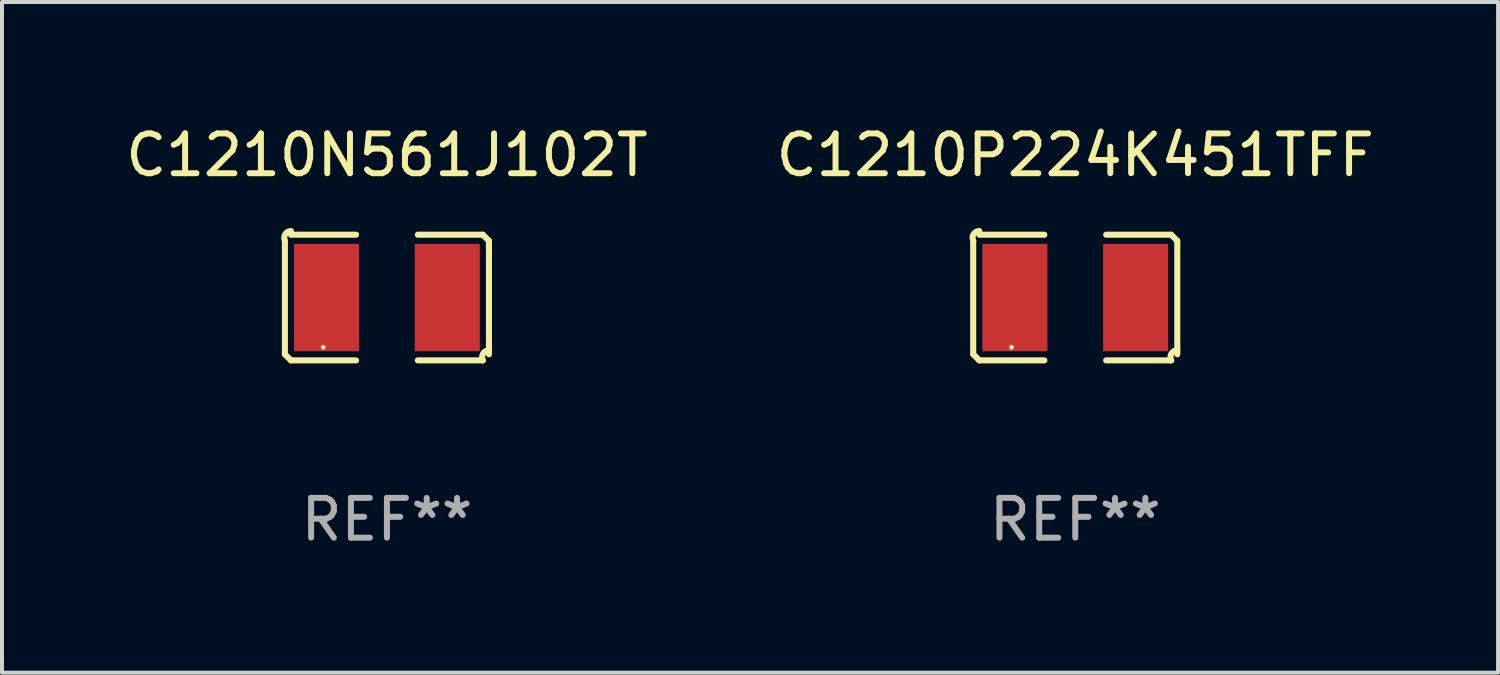
<source format=kicad_pcb>
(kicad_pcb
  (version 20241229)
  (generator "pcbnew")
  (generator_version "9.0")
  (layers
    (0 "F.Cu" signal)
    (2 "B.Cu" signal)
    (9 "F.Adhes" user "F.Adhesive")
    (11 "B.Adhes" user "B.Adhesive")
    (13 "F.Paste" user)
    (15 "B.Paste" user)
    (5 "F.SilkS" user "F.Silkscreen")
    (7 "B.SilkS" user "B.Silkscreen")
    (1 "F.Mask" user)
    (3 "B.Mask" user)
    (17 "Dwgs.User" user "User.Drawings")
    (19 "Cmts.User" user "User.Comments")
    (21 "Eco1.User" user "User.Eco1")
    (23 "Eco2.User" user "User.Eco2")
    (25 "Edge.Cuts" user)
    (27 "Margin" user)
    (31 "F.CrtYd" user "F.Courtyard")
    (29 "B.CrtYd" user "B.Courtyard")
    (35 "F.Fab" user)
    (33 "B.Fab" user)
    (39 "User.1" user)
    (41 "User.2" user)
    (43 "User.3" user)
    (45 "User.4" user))
  (footprint "C1210N561J102T"
    (layer "F.Cu")
    (at 6.673 4.427)
    (property "Reference" "C1210N561J102T" (at 0 -3.579 0) (layer "F.SilkS") (effects (font (size 1 1) (thickness 0.15))))
    (attr through_hole)
    (fp_line (start -2.564 1.426) (end -2.564 -1.426) (stroke (width 0.152) (type solid)) (layer "F.SilkS"))
    (fp_line (start -2.411 -1.579) (end -0.776 -1.579) (stroke (width 0.152) (type solid)) (layer "F.SilkS"))
    (fp_line (start -0.776 1.579) (end -2.411 1.579) (stroke (width 0.152) (type solid)) (layer "F.SilkS"))
    (fp_line (start 0.776 1.579) (end 2.411 1.579) (stroke (width 0.152) (type solid)) (layer "F.SilkS"))
    (fp_line (start 2.411 -1.579) (end 0.776 -1.579) (stroke (width 0.152) (type solid)) (layer "F.SilkS"))
    (fp_line (start 2.564 1.426) (end 2.564 -1.426) (stroke (width 0.152) (type solid)) (layer "F.SilkS"))
    (fp_arc (start -2.563602 -1.426213) (mid -2.555597 -1.591233) (end -2.411201 -1.671518) (stroke (width 0.1524) (type solid)) (layer "F.SilkS"))
    (fp_arc (start -2.5636 1.426214) (mid -2.487389 1.502402) (end -2.411201 1.578613) (stroke (width 0.1524) (type solid)) (layer "F.SilkS"))
    (fp_arc (start 2.411197 -1.578618) (mid 2.487403 -1.502419) (end 2.563602 -1.426213) (stroke (width 0.1524) (type solid)) (layer "F.SilkS"))
    (fp_arc (start 2.411201 1.578613) (mid 2.416214 1.409455) (end 2.563602 1.32629) (stroke (width 0.1524) (type solid)) (layer "F.SilkS"))
    (fp_circle (center -1.6 1.25) (end -1.57 1.25) (stroke (width 0.06) (type solid)) (fill no) (layer "F.SilkS"))
    (fp_text user "REF**" (at 0 5.579 0) (layer "F.Fab") (effects (font (size 1 1) (thickness 0.15))))
    (pad "1" smd rect (at -1.517 0) (size 1.635 2.7) (layers "F.Cu" "F.Mask" "F.Paste"))
    (pad "2" smd rect (at 1.517 0) (size 1.635 2.7) (layers "F.Cu" "F.Mask" "F.Paste")))
  (footprint "C1210P224K451TFF"
    (layer "F.Cu")
    (at 23.97 4.427)
    (property "Reference" "C1210P224K451TFF" (at 0 -3.579 0) (layer "F.SilkS") (effects (font (size 1 1) (thickness 0.15))))
    (attr through_hole)
    (fp_line (start -2.564 1.426) (end -2.564 -1.426) (stroke (width 0.152) (type solid)) (layer "F.SilkS"))
    (fp_line (start -2.411 -1.579) (end -0.776 -1.579) (stroke (width 0.152) (type solid)) (layer "F.SilkS"))
    (fp_line (start -0.776 1.579) (end -2.411 1.579) (stroke (width 0.152) (type solid)) (layer "F.SilkS"))
    (fp_line (start 0.776 1.579) (end 2.411 1.579) (stroke (width 0.152) (type solid)) (layer "F.SilkS"))
    (fp_line (start 2.411 -1.579) (end 0.776 -1.579) (stroke (width 0.152) (type solid)) (layer "F.SilkS"))
    (fp_line (start 2.564 1.426) (end 2.564 -1.426) (stroke (width 0.152) (type solid)) (layer "F.SilkS"))
    (fp_arc (start -2.563602 -1.426213) (mid -2.555597 -1.591233) (end -2.411201 -1.671518) (stroke (width 0.1524) (type solid)) (layer "F.SilkS"))
    (fp_arc (start -2.5636 1.426214) (mid -2.487389 1.502402) (end -2.411201 1.578613) (stroke (width 0.1524) (type solid)) (layer "F.SilkS"))
    (fp_arc (start 2.411197 -1.578618) (mid 2.487403 -1.502419) (end 2.563602 -1.426213) (stroke (width 0.1524) (type solid)) (layer "F.SilkS"))
    (fp_arc (start 2.411201 1.578613) (mid 2.416214 1.409455) (end 2.563602 1.32629) (stroke (width 0.1524) (type solid)) (layer "F.SilkS"))
    (fp_circle (center -1.6 1.25) (end -1.57 1.25) (stroke (width 0.06) (type solid)) (fill no) (layer "F.SilkS"))
    (fp_text user "REF**" (at 0 5.579 0) (layer "F.Fab") (effects (font (size 1 1) (thickness 0.15))))
    (pad "1" smd rect (at -1.517 0) (size 1.635 2.7) (layers "F.Cu" "F.Mask" "F.Paste"))
    (pad "2" smd rect (at 1.517 0) (size 1.635 2.7) (layers "F.Cu" "F.Mask" "F.Paste")))
  (gr_rect
    (start -3 -3)
    (end 34.595 13.854)
    (stroke (width 0.1) (type default))
    (fill no)
    (layer "Edge.Cuts")))
</source>
